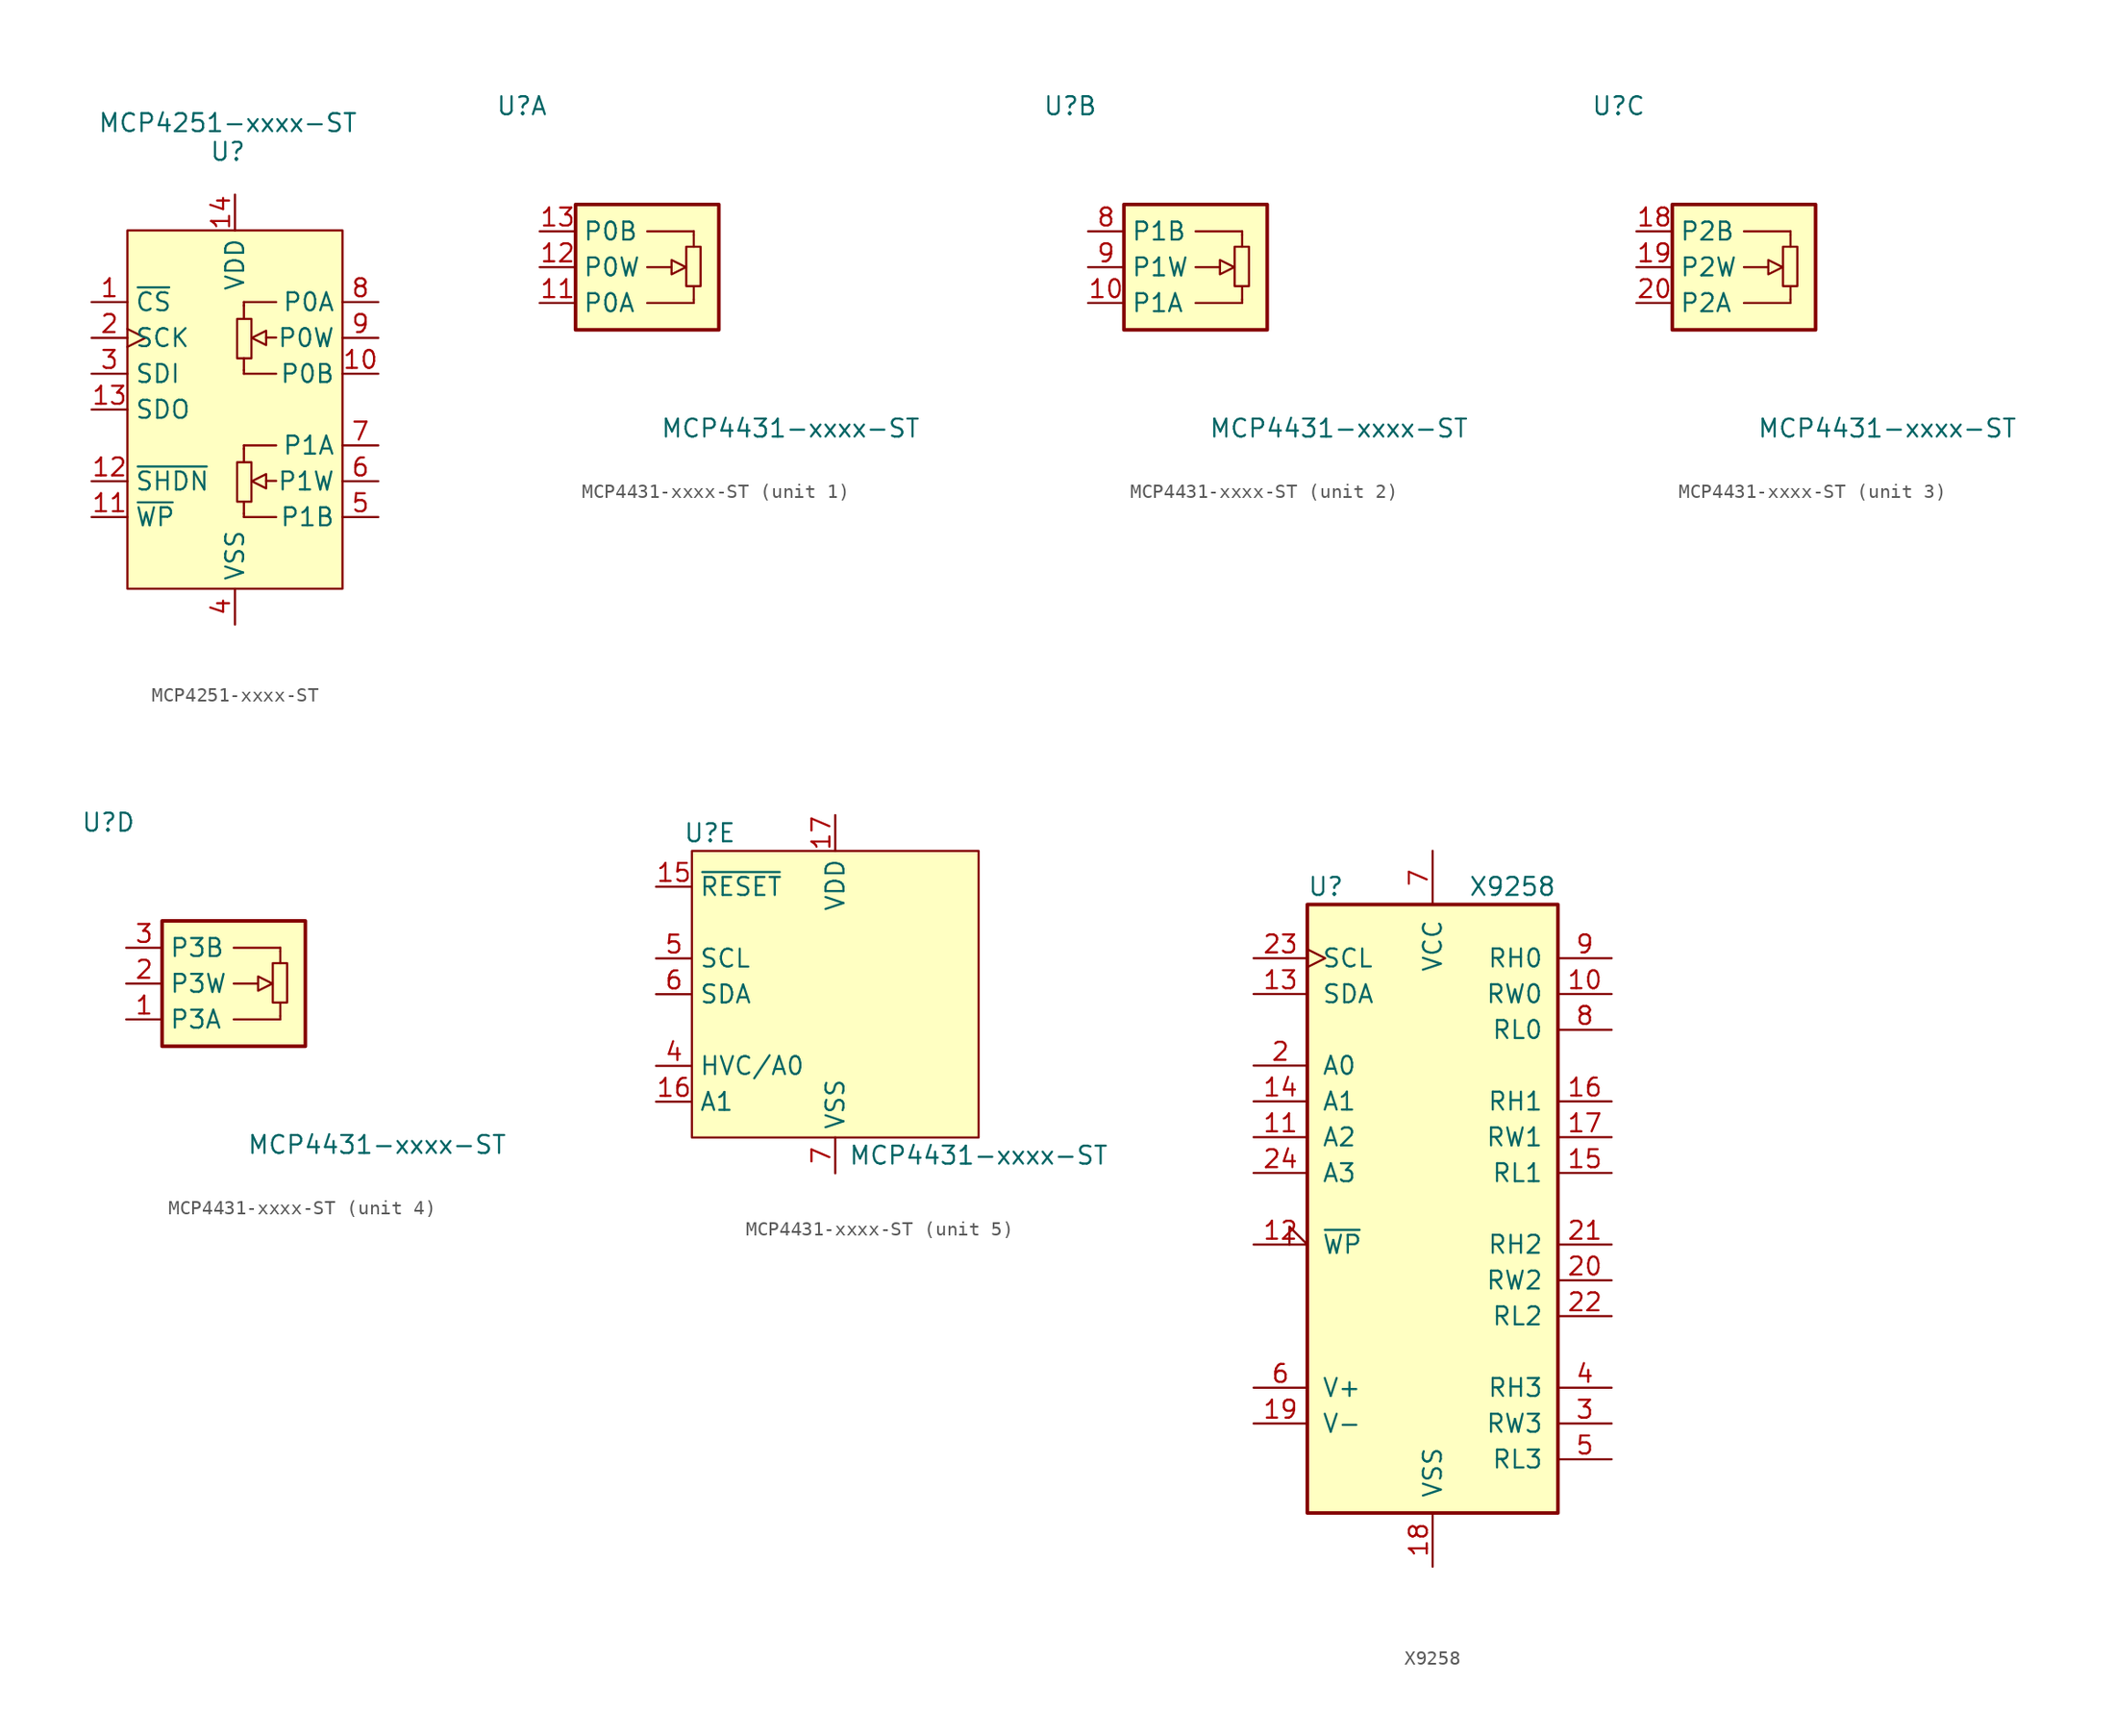
<source format=kicad_sym>
(kicad_symbol_lib
  (version 20220914)
  (generator kicad_symbol_editor)
  (symbol "MCP4251-xxxx-ST"
    (property "Reference" "U"
      (at -0.508 18.288 0)
      (effects (font (size 1.27 1.27))))
    (property "Value" "MCP4251-xxxx-ST"
      (at -0.508 20.32 0)
      (effects (font (size 1.27 1.27))))
    (symbol "MCP4251-xxxx-ST_1_1"
      (polyline (pts (xy 0.635 -7.366) (xy 0.635 -6.528)) (stroke (width 0) (type default)) (fill (type none)))
      (polyline (pts (xy 0.635 -2.769) (xy 0.635 -3.708)) (stroke (width 0) (type default)) (fill (type none)))
      (polyline (pts (xy 0.635 2.794) (xy 0.635 3.632)) (stroke (width 0) (type default)) (fill (type none)))
      (polyline (pts (xy 0.635 7.391) (xy 0.635 6.452)) (stroke (width 0) (type default)) (fill (type none)))
      (polyline (pts (xy 2.21 -5.055) (xy 2.921 -5.055)) (stroke (width 0) (type default)) (fill (type none)))
      (polyline (pts (xy 2.21 5.105) (xy 2.921 5.105)) (stroke (width 0) (type default)) (fill (type none)))
      (polyline (pts (xy 0.635 -7.62) (xy 0.635 -7.366) (xy 0.635 -7.366)) (stroke (width 0) (type default)) (fill (type background)))
      (polyline (pts (xy 0.635 -7.62) (xy 2.921 -7.62) (xy 2.921 -7.62)) (stroke (width 0) (type default)) (fill (type background)))
      (polyline (pts (xy 0.635 -2.54) (xy 0.635 -2.794) (xy 0.635 -2.794)) (stroke (width 0) (type default)) (fill (type none)))
      (polyline (pts (xy 0.635 -2.54) (xy 2.921 -2.54) (xy 2.921 -2.54)) (stroke (width 0) (type default)) (fill (type background)))
      (polyline (pts (xy 0.635 2.54) (xy 0.635 2.794) (xy 0.635 2.794)) (stroke (width 0) (type default)) (fill (type background)))
      (polyline (pts (xy 0.635 2.54) (xy 2.921 2.54) (xy 2.921 2.54)) (stroke (width 0) (type default)) (fill (type background)))
      (polyline (pts (xy 0.635 7.62) (xy 0.635 7.366) (xy 0.635 7.366)) (stroke (width 0) (type default)) (fill (type none)))
      (polyline (pts (xy 0.635 7.62) (xy 2.921 7.62) (xy 2.921 7.62)) (stroke (width 0) (type default)) (fill (type background)))
      (polyline (pts (xy 2.21 -4.572) (xy 2.21 -5.588) (xy 1.194 -5.08) (xy 2.21 -4.572) (xy 2.21 -4.572)) (stroke (width 0) (type default)) (fill (type background)))
      (polyline (pts (xy 2.21 5.588) (xy 2.21 4.572) (xy 1.194 5.08) (xy 2.21 5.588) (xy 2.21 5.588)) (stroke (width 0) (type default)) (fill (type background)))
      (polyline (pts (xy 0 12.7) (xy 7.62 12.7) (xy 7.62 0) (xy 7.62 -12.7) (xy -7.62 -12.7) (xy -7.62 12.7) (xy 0 12.7)) (stroke (width 0) (type default)) (fill (type background)))
      (rectangle (start 0.152 -3.734) (end 1.168 -6.528) (stroke (width 0) (type default)) (fill (type none)))
      (rectangle (start 0.152 6.426) (end 1.168 3.632) (stroke (width 0) (type default)) (fill (type none)))
      (pin input line (at -10.16 7.62 0) (length 2.54) (name "~{CS}" (effects (font (size 1.27 1.27)))) (number "1" (effects (font (size 1.27 1.27)))))
      (pin passive line (at 10.16 2.54 180) (length 2.54) (name "P0B" (effects (font (size 1.27 1.27)))) (number "10" (effects (font (size 1.27 1.27)))))
      (pin input line (at -10.16 -7.62 0) (length 2.54) (name "~{WP}" (effects (font (size 1.27 1.27)))) (number "11" (effects (font (size 1.27 1.27)))))
      (pin input line (at -10.16 -5.08 0) (length 2.54) (name "~{SHDN}" (effects (font (size 1.27 1.27)))) (number "12" (effects (font (size 1.27 1.27)))))
      (pin output line (at -10.16 0 0) (length 2.54) (name "SDO" (effects (font (size 1.27 1.27)))) (number "13" (effects (font (size 1.27 1.27)))))
      (pin power_in line (at 0 15.24 270) (length 2.54) (name "VDD" (effects (font (size 1.27 1.27)))) (number "14" (effects (font (size 1.27 1.27)))))
      (pin input clock (at -10.16 5.08 0) (length 2.54) (name "SCK" (effects (font (size 1.27 1.27)))) (number "2" (effects (font (size 1.27 1.27)))))
      (pin input line (at -10.16 2.54 0) (length 2.54) (name "SDI" (effects (font (size 1.27 1.27)))) (number "3" (effects (font (size 1.27 1.27)))))
      (pin power_in line (at 0 -15.24 90) (length 2.54) (name "VSS" (effects (font (size 1.27 1.27)))) (number "4" (effects (font (size 1.27 1.27)))))
      (pin passive line (at 10.16 -7.62 180) (length 2.54) (name "P1B" (effects (font (size 1.27 1.27)))) (number "5" (effects (font (size 1.27 1.27)))))
      (pin passive line (at 10.16 -5.08 180) (length 2.54) (name "P1W" (effects (font (size 1.27 1.27)))) (number "6" (effects (font (size 1.27 1.27)))))
      (pin passive line (at 10.16 -2.54 180) (length 2.54) (name "P1A" (effects (font (size 1.27 1.27)))) (number "7" (effects (font (size 1.27 1.27)))))
      (pin passive line (at 10.16 7.62 180) (length 2.54) (name "P0A" (effects (font (size 1.27 1.27)))) (number "8" (effects (font (size 1.27 1.27)))))
      (pin passive line (at 10.16 5.08 180) (length 2.54) (name "P0W" (effects (font (size 1.27 1.27)))) (number "9" (effects (font (size 1.27 1.27)))))))
  (symbol "MCP4431-xxxx-ST"
    (property "Reference" "U"
      (at -8.89 11.43 0)
      (effects (font (size 1.27 1.27))))
    (property "Value" "MCP4431-xxxx-ST"
      (at 10.16 -11.43 0)
      (effects (font (size 1.27 1.27))))
    (property "ki_locked" ""
      (at 0 0 0)
      (effects (font (size 1.27 1.27))))
    (symbol "MCP4431-xxxx-ST_1_1"
      (polyline (pts (xy 1.727 0) (xy 0 0)) (stroke (width 0) (type default)) (fill (type none)))
      (polyline (pts (xy 3.302 -2.54) (xy 0 -2.54)) (stroke (width 0) (type default)) (fill (type background)))
      (polyline (pts (xy 3.302 -2.311) (xy 3.302 -1.372)) (stroke (width 0) (type default)) (fill (type none)))
      (polyline (pts (xy 3.302 2.286) (xy 3.302 1.448)) (stroke (width 0) (type default)) (fill (type none)))
      (polyline (pts (xy 3.302 2.54) (xy 0 2.54)) (stroke (width 0) (type default)) (fill (type background)))
      (polyline (pts (xy 3.302 -2.54) (xy 3.302 -2.286) (xy 3.302 -2.286)) (stroke (width 0) (type default)) (fill (type none)))
      (polyline (pts (xy 3.302 2.54) (xy 3.302 2.286) (xy 3.302 2.286)) (stroke (width 0) (type default)) (fill (type background)))
      (polyline (pts (xy 1.727 -0.508) (xy 1.727 0.508) (xy 2.743 0) (xy 1.727 -0.508) (xy 1.727 -0.508)) (stroke (width 0) (type default)) (fill (type none)))
      (rectangle (start 3.785 -1.346) (end 2.769 1.448) (stroke (width 0) (type default)) (fill (type none)))
      (rectangle (start 5.08 -4.445) (end -5.08 4.445) (stroke (width 0.254) (type default)) (fill (type background)))
      (pin passive line (at -7.62 -2.54 0) (length 2.54) (name "P0A" (effects (font (size 1.27 1.27)))) (number "11" (effects (font (size 1.27 1.27)))))
      (pin passive line (at -7.62 0 0) (length 2.54) (name "P0W" (effects (font (size 1.27 1.27)))) (number "12" (effects (font (size 1.27 1.27)))))
      (pin passive line (at -7.62 2.54 0) (length 2.54) (name "P0B" (effects (font (size 1.27 1.27)))) (number "13" (effects (font (size 1.27 1.27))))))
    (symbol "MCP4431-xxxx-ST_2_1"
      (polyline (pts (xy 1.727 0) (xy 0 0)) (stroke (width 0) (type default)) (fill (type none)))
      (polyline (pts (xy 3.302 -2.54) (xy 0 -2.54)) (stroke (width 0) (type default)) (fill (type background)))
      (polyline (pts (xy 3.302 -2.311) (xy 3.302 -1.372)) (stroke (width 0) (type default)) (fill (type none)))
      (polyline (pts (xy 3.302 2.286) (xy 3.302 1.448)) (stroke (width 0) (type default)) (fill (type none)))
      (polyline (pts (xy 3.302 2.54) (xy 0 2.54)) (stroke (width 0) (type default)) (fill (type background)))
      (polyline (pts (xy 3.302 -2.54) (xy 3.302 -2.286) (xy 3.302 -2.286)) (stroke (width 0) (type default)) (fill (type none)))
      (polyline (pts (xy 3.302 2.54) (xy 3.302 2.286) (xy 3.302 2.286)) (stroke (width 0) (type default)) (fill (type background)))
      (polyline (pts (xy 1.727 -0.508) (xy 1.727 0.508) (xy 2.743 0) (xy 1.727 -0.508) (xy 1.727 -0.508)) (stroke (width 0) (type default)) (fill (type none)))
      (rectangle (start 3.785 -1.346) (end 2.769 1.448) (stroke (width 0) (type default)) (fill (type none)))
      (rectangle (start 5.08 -4.445) (end -5.08 4.445) (stroke (width 0.254) (type default)) (fill (type background)))
      (pin passive line (at -7.62 -2.54 0) (length 2.54) (name "P1A" (effects (font (size 1.27 1.27)))) (number "10" (effects (font (size 1.27 1.27)))))
      (pin passive line (at -7.62 2.54 0) (length 2.54) (name "P1B" (effects (font (size 1.27 1.27)))) (number "8" (effects (font (size 1.27 1.27)))))
      (pin passive line (at -7.62 0 0) (length 2.54) (name "P1W" (effects (font (size 1.27 1.27)))) (number "9" (effects (font (size 1.27 1.27))))))
    (symbol "MCP4431-xxxx-ST_3_1"
      (polyline (pts (xy 1.727 0) (xy 0 0)) (stroke (width 0) (type default)) (fill (type none)))
      (polyline (pts (xy 3.302 -2.54) (xy 0 -2.54)) (stroke (width 0) (type default)) (fill (type background)))
      (polyline (pts (xy 3.302 -2.311) (xy 3.302 -1.372)) (stroke (width 0) (type default)) (fill (type none)))
      (polyline (pts (xy 3.302 2.286) (xy 3.302 1.448)) (stroke (width 0) (type default)) (fill (type none)))
      (polyline (pts (xy 3.302 2.54) (xy 0 2.54)) (stroke (width 0) (type default)) (fill (type background)))
      (polyline (pts (xy 3.302 -2.54) (xy 3.302 -2.286) (xy 3.302 -2.286)) (stroke (width 0) (type default)) (fill (type none)))
      (polyline (pts (xy 3.302 2.54) (xy 3.302 2.286) (xy 3.302 2.286)) (stroke (width 0) (type default)) (fill (type background)))
      (polyline (pts (xy 1.727 -0.508) (xy 1.727 0.508) (xy 2.743 0) (xy 1.727 -0.508) (xy 1.727 -0.508)) (stroke (width 0) (type default)) (fill (type none)))
      (rectangle (start 3.785 -1.346) (end 2.769 1.448) (stroke (width 0) (type default)) (fill (type none)))
      (rectangle (start 5.08 -4.445) (end -5.08 4.445) (stroke (width 0.254) (type default)) (fill (type background)))
      (pin passive line (at -7.62 2.54 0) (length 2.54) (name "P2B" (effects (font (size 1.27 1.27)))) (number "18" (effects (font (size 1.27 1.27)))))
      (pin passive line (at -7.62 0 0) (length 2.54) (name "P2W" (effects (font (size 1.27 1.27)))) (number "19" (effects (font (size 1.27 1.27)))))
      (pin passive line (at -7.62 -2.54 0) (length 2.54) (name "P2A" (effects (font (size 1.27 1.27)))) (number "20" (effects (font (size 1.27 1.27))))))
    (symbol "MCP4431-xxxx-ST_4_1"
      (polyline (pts (xy 1.727 0) (xy 0 0)) (stroke (width 0) (type default)) (fill (type none)))
      (polyline (pts (xy 3.302 -2.54) (xy 0 -2.54)) (stroke (width 0) (type default)) (fill (type background)))
      (polyline (pts (xy 3.302 -2.311) (xy 3.302 -1.372)) (stroke (width 0) (type default)) (fill (type none)))
      (polyline (pts (xy 3.302 2.286) (xy 3.302 1.448)) (stroke (width 0) (type default)) (fill (type none)))
      (polyline (pts (xy 3.302 2.54) (xy 0 2.54)) (stroke (width 0) (type default)) (fill (type background)))
      (polyline (pts (xy 3.302 -2.54) (xy 3.302 -2.286) (xy 3.302 -2.286)) (stroke (width 0) (type default)) (fill (type none)))
      (polyline (pts (xy 3.302 2.54) (xy 3.302 2.286) (xy 3.302 2.286)) (stroke (width 0) (type default)) (fill (type background)))
      (polyline (pts (xy 1.727 -0.508) (xy 1.727 0.508) (xy 2.743 0) (xy 1.727 -0.508) (xy 1.727 -0.508)) (stroke (width 0) (type default)) (fill (type none)))
      (rectangle (start 3.785 -1.346) (end 2.769 1.448) (stroke (width 0) (type default)) (fill (type none)))
      (rectangle (start 5.08 -4.445) (end -5.08 4.445) (stroke (width 0.254) (type default)) (fill (type background)))
      (pin passive line (at -7.62 -2.54 0) (length 2.54) (name "P3A" (effects (font (size 1.27 1.27)))) (number "1" (effects (font (size 1.27 1.27)))))
      (pin passive line (at -7.62 0 0) (length 2.54) (name "P3W" (effects (font (size 1.27 1.27)))) (number "2" (effects (font (size 1.27 1.27)))))
      (pin passive line (at -7.62 2.54 0) (length 2.54) (name "P3B" (effects (font (size 1.27 1.27)))) (number "3" (effects (font (size 1.27 1.27))))))
    (symbol "MCP4431-xxxx-ST_5_1"
      (rectangle (start -10.16 10.16) (end 10.16 -10.16) (stroke (width 0) (type default)) (fill (type background)))
      (pin no_connect line (at -10.16 -2.54 0) (length 2.54) hide (name "NC" (effects (font (size 1.27 1.27)))) (number "14" (effects (font (size 1.27 1.27)))))
      (pin input line (at -12.7 7.62 0) (length 2.54) (name "~{RESET}" (effects (font (size 1.27 1.27)))) (number "15" (effects (font (size 1.27 1.27)))))
      (pin input line (at -12.7 -7.62 0) (length 2.54) (name "A1" (effects (font (size 1.27 1.27)))) (number "16" (effects (font (size 1.27 1.27)))))
      (pin power_in line (at 0 12.7 270) (length 2.54) (name "VDD" (effects (font (size 1.27 1.27)))) (number "17" (effects (font (size 1.27 1.27)))))
      (pin input line (at -12.7 -5.08 0) (length 2.54) (name "HVC/A0" (effects (font (size 1.27 1.27)))) (number "4" (effects (font (size 1.27 1.27)))))
      (pin input line (at -12.7 2.54 0) (length 2.54) (name "SCL" (effects (font (size 1.27 1.27)))) (number "5" (effects (font (size 1.27 1.27)))))
      (pin bidirectional line (at -12.7 0 0) (length 2.54) (name "SDA" (effects (font (size 1.27 1.27)))) (number "6" (effects (font (size 1.27 1.27)))))
      (pin power_in line (at 0 -12.7 90) (length 2.54) (name "VSS" (effects (font (size 1.27 1.27)))) (number "7" (effects (font (size 1.27 1.27)))))))
  (symbol "X9258"
    (pin_names
      (offset 1.016))
    (property "Reference" "U"
      (at -8.89 22.86 0)
      (effects (font (size 1.27 1.27)) (justify left)))
    (property "Value" "X9258"
      (at 2.54 22.86 0)
      (effects (font (size 1.27 1.27)) (justify left)))
    (symbol "X9258_0_0"
      (pin input line (at -12.7 5.08 0) (length 3.81) (name "A2" (effects (font (size 1.27 1.27)))) (number "11" (effects (font (size 1.27 1.27)))))
      (pin bidirectional line (at -12.7 15.24 0) (length 3.81) (name "SDA" (effects (font (size 1.27 1.27)))) (number "13" (effects (font (size 1.27 1.27)))))
      (pin input line (at -12.7 7.62 0) (length 3.81) (name "A1" (effects (font (size 1.27 1.27)))) (number "14" (effects (font (size 1.27 1.27)))))
      (pin power_in line (at 0 -25.4 90) (length 3.81) (name "VSS" (effects (font (size 1.27 1.27)))) (number "18" (effects (font (size 1.27 1.27)))))
      (pin passive line (at -12.7 -15.24 0) (length 3.81) (name "V-" (effects (font (size 1.27 1.27)))) (number "19" (effects (font (size 1.27 1.27)))))
      (pin input line (at -12.7 10.16 0) (length 3.81) (name "A0" (effects (font (size 1.27 1.27)))) (number "2" (effects (font (size 1.27 1.27)))))
      (pin input clock (at -12.7 17.78 0) (length 3.81) (name "SCL" (effects (font (size 1.27 1.27)))) (number "23" (effects (font (size 1.27 1.27)))))
      (pin input line (at -12.7 2.54 0) (length 3.81) (name "A3" (effects (font (size 1.27 1.27)))) (number "24" (effects (font (size 1.27 1.27)))))
      (pin passive line (at -12.7 -12.7 0) (length 3.81) (name "V+" (effects (font (size 1.27 1.27)))) (number "6" (effects (font (size 1.27 1.27)))))
      (pin power_in line (at 0 25.4 270) (length 3.81) (name "VCC" (effects (font (size 1.27 1.27)))) (number "7" (effects (font (size 1.27 1.27))))))
    (symbol "X9258_0_1"
      (rectangle (start -8.89 21.59) (end 8.89 -21.59) (stroke (width 0.254) (type default)) (fill (type background))))
    (symbol "X9258_1_1"
      (pin passive line (at 12.7 15.24 180) (length 3.81) (name "RW0" (effects (font (size 1.27 1.27)))) (number "10" (effects (font (size 1.27 1.27)))))
      (pin input input_low (at -12.7 -2.54 0) (length 3.81) (name "~{WP}" (effects (font (size 1.27 1.27)))) (number "12" (effects (font (size 1.27 1.27)))))
      (pin passive line (at 12.7 2.54 180) (length 3.81) (name "RL1" (effects (font (size 1.27 1.27)))) (number "15" (effects (font (size 1.27 1.27)))))
      (pin passive line (at 12.7 7.62 180) (length 3.81) (name "RH1" (effects (font (size 1.27 1.27)))) (number "16" (effects (font (size 1.27 1.27)))))
      (pin passive line (at 12.7 5.08 180) (length 3.81) (name "RW1" (effects (font (size 1.27 1.27)))) (number "17" (effects (font (size 1.27 1.27)))))
      (pin passive line (at 12.7 -5.08 180) (length 3.81) (name "RW2" (effects (font (size 1.27 1.27)))) (number "20" (effects (font (size 1.27 1.27)))))
      (pin passive line (at 12.7 -2.54 180) (length 3.81) (name "RH2" (effects (font (size 1.27 1.27)))) (number "21" (effects (font (size 1.27 1.27)))))
      (pin passive line (at 12.7 -7.62 180) (length 3.81) (name "RL2" (effects (font (size 1.27 1.27)))) (number "22" (effects (font (size 1.27 1.27)))))
      (pin passive line (at 12.7 -15.24 180) (length 3.81) (name "RW3" (effects (font (size 1.27 1.27)))) (number "3" (effects (font (size 1.27 1.27)))))
      (pin passive line (at 12.7 -12.7 180) (length 3.81) (name "RH3" (effects (font (size 1.27 1.27)))) (number "4" (effects (font (size 1.27 1.27)))))
      (pin passive line (at 12.7 -17.78 180) (length 3.81) (name "RL3" (effects (font (size 1.27 1.27)))) (number "5" (effects (font (size 1.27 1.27)))))
      (pin passive line (at 12.7 12.7 180) (length 3.81) (name "RL0" (effects (font (size 1.27 1.27)))) (number "8" (effects (font (size 1.27 1.27)))))
      (pin passive line (at 12.7 17.78 180) (length 3.81) (name "RH0" (effects (font (size 1.27 1.27)))) (number "9" (effects (font (size 1.27 1.27))))))))
</source>
